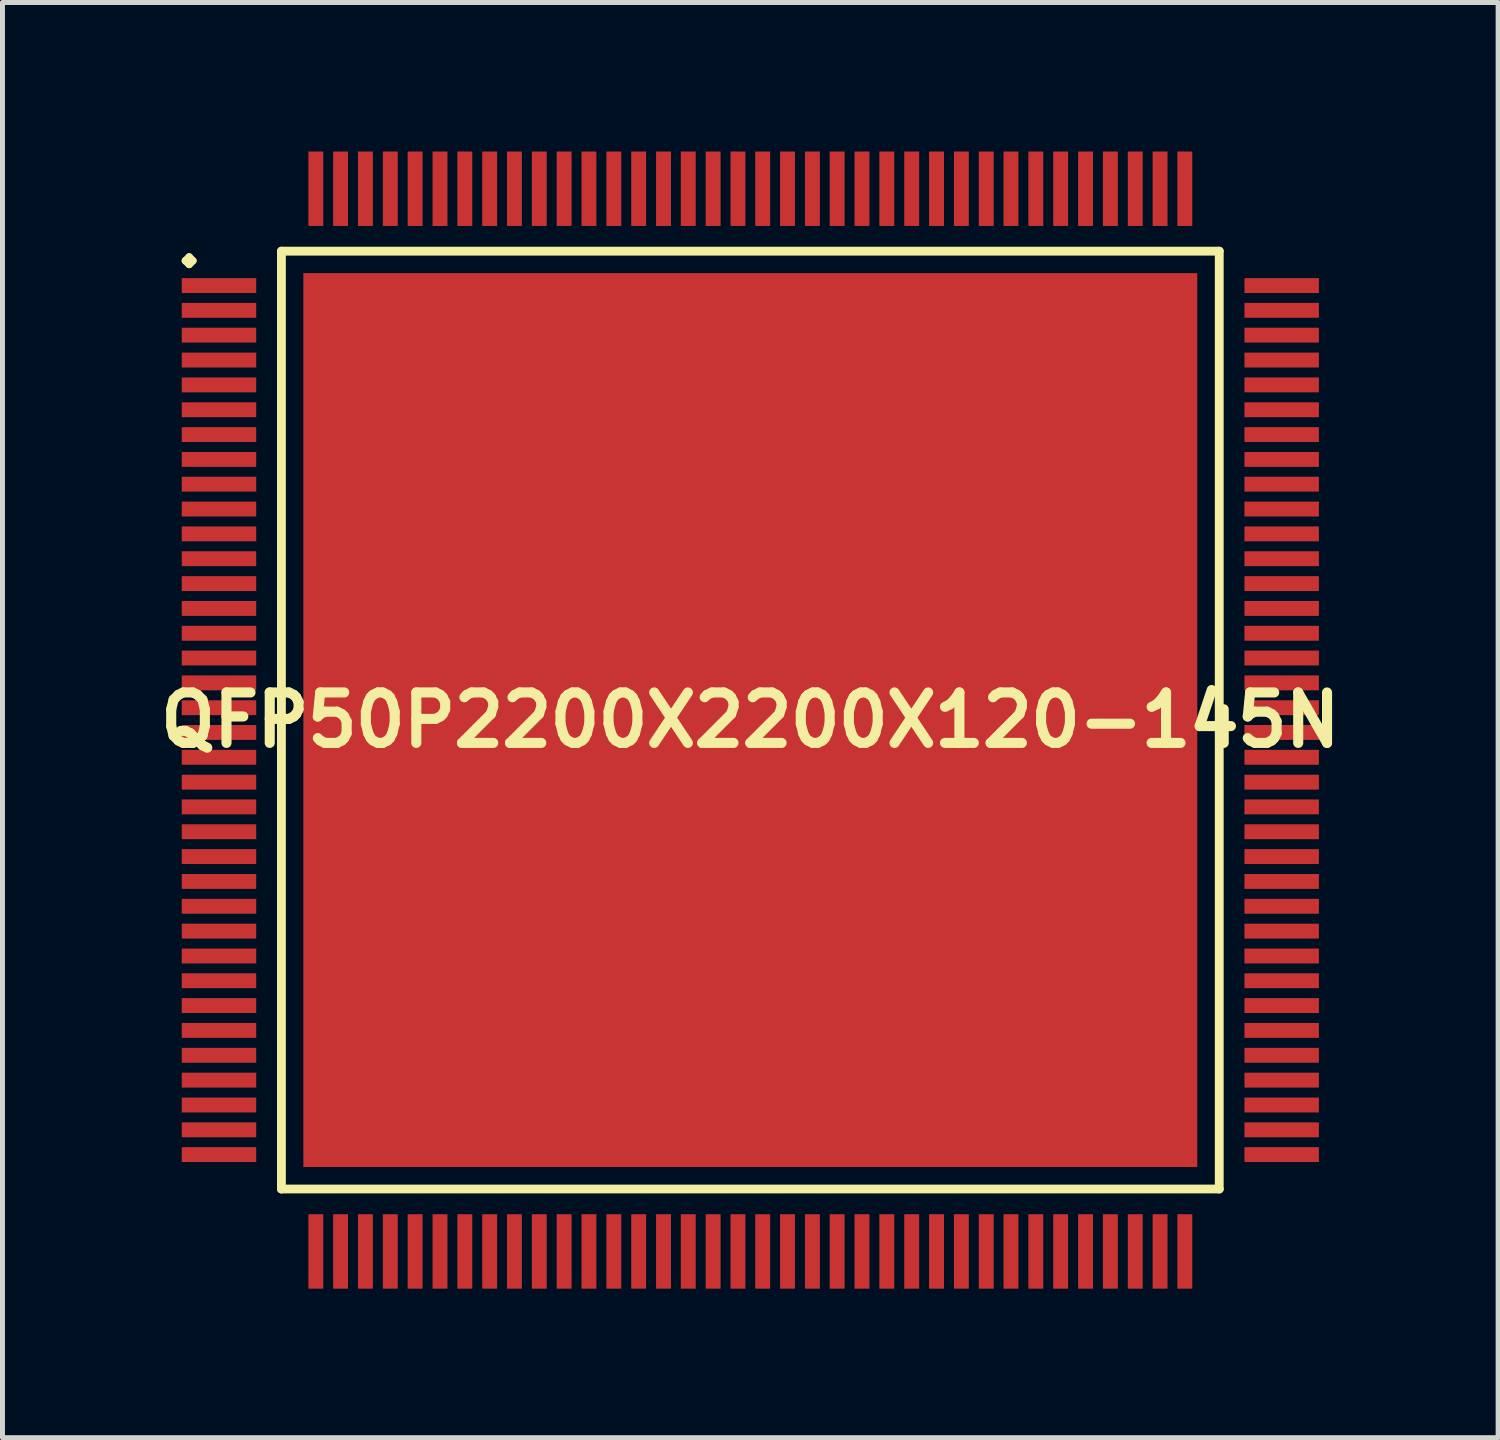
<source format=kicad_pcb>
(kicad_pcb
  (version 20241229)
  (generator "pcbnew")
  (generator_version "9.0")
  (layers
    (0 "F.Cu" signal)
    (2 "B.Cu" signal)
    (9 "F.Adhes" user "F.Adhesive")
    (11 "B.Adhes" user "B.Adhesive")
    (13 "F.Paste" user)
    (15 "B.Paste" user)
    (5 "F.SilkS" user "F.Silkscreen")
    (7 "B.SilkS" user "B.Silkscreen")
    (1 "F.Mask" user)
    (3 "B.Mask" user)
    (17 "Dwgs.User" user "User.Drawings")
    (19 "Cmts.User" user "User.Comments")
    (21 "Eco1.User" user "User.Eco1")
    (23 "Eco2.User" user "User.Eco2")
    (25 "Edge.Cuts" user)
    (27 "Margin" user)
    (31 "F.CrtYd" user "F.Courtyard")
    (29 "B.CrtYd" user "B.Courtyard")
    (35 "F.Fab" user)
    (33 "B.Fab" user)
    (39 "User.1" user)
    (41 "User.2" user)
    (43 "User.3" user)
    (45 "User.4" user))
  (footprint "QFP50P2200X2200X120-145N"
    (layer "F.Cu")
    (at 12.057 11.448)
    (property "Reference" "QFP50P2200X2200X120-145N" (at 0 0 0) (layer "F.SilkS") (effects (font (size 1.016 1.016) (thickness 0.203))))
    (attr smd)
    (fp_line (start -11.374 -9.248) (end -11.298 -9.324) (stroke (width 0.15) (type solid)) (layer "F.SilkS"))
    (fp_line (start -11.298 -9.324) (end -11.224 -9.248) (stroke (width 0.15) (type solid)) (layer "F.SilkS"))
    (fp_line (start -11.298 -9.174) (end -11.374 -9.248) (stroke (width 0.15) (type solid)) (layer "F.SilkS"))
    (fp_line (start -11.224 -9.248) (end -11.298 -9.174) (stroke (width 0.15) (type solid)) (layer "F.SilkS"))
    (fp_line (start -9.441 -9.441) (end -9.441 9.441) (stroke (width 0.178) (type solid)) (layer "F.SilkS"))
    (fp_line (start -9.441 9.441) (end 9.441 9.441) (stroke (width 0.178) (type solid)) (layer "F.SilkS"))
    (fp_line (start 9.441 -9.441) (end -9.441 -9.441) (stroke (width 0.178) (type solid)) (layer "F.SilkS"))
    (fp_line (start 9.441 9.441) (end 9.441 -9.441) (stroke (width 0.178) (type solid)) (layer "F.SilkS"))
    (pad "1" smd rect (at -10.698 -8.748) (size 1.499 0.3) (layers "F.Cu" "F.Mask" "F.Paste"))
    (pad "2" smd rect (at -10.698 -8.25) (size 1.499 0.3) (layers "F.Cu" "F.Mask" "F.Paste"))
    (pad "3" smd rect (at -10.698 -7.75) (size 1.499 0.3) (layers "F.Cu" "F.Mask" "F.Paste"))
    (pad "4" smd rect (at -10.698 -7.249) (size 1.499 0.3) (layers "F.Cu" "F.Mask" "F.Paste"))
    (pad "5" smd rect (at -10.698 -6.749) (size 1.499 0.3) (layers "F.Cu" "F.Mask" "F.Paste"))
    (pad "6" smd rect (at -10.698 -6.248) (size 1.499 0.3) (layers "F.Cu" "F.Mask" "F.Paste"))
    (pad "7" smd rect (at -10.698 -5.748) (size 1.499 0.3) (layers "F.Cu" "F.Mask" "F.Paste"))
    (pad "8" smd rect (at -10.698 -5.248) (size 1.499 0.3) (layers "F.Cu" "F.Mask" "F.Paste"))
    (pad "9" smd rect (at -10.698 -4.75) (size 1.499 0.3) (layers "F.Cu" "F.Mask" "F.Paste"))
    (pad "10" smd rect (at -10.698 -4.249) (size 1.499 0.3) (layers "F.Cu" "F.Mask" "F.Paste"))
    (pad "11" smd rect (at -10.698 -3.749) (size 1.499 0.3) (layers "F.Cu" "F.Mask" "F.Paste"))
    (pad "12" smd rect (at -10.698 -3.249) (size 1.499 0.3) (layers "F.Cu" "F.Mask" "F.Paste"))
    (pad "13" smd rect (at -10.698 -2.748) (size 1.499 0.3) (layers "F.Cu" "F.Mask" "F.Paste"))
    (pad "14" smd rect (at -10.698 -2.248) (size 1.499 0.3) (layers "F.Cu" "F.Mask" "F.Paste"))
    (pad "15" smd rect (at -10.698 -1.748) (size 1.499 0.3) (layers "F.Cu" "F.Mask" "F.Paste"))
    (pad "16" smd rect (at -10.698 -1.25) (size 1.499 0.3) (layers "F.Cu" "F.Mask" "F.Paste"))
    (pad "17" smd rect (at -10.698 -0.749) (size 1.499 0.3) (layers "F.Cu" "F.Mask" "F.Paste"))
    (pad "18" smd rect (at -10.698 -0.249) (size 1.499 0.3) (layers "F.Cu" "F.Mask" "F.Paste"))
    (pad "19" smd rect (at -10.698 0.249) (size 1.499 0.3) (layers "F.Cu" "F.Mask" "F.Paste"))
    (pad "20" smd rect (at -10.698 0.749) (size 1.499 0.3) (layers "F.Cu" "F.Mask" "F.Paste"))
    (pad "21" smd rect (at -10.698 1.25) (size 1.499 0.3) (layers "F.Cu" "F.Mask" "F.Paste"))
    (pad "22" smd rect (at -10.698 1.748) (size 1.499 0.3) (layers "F.Cu" "F.Mask" "F.Paste"))
    (pad "23" smd rect (at -10.698 2.248) (size 1.499 0.3) (layers "F.Cu" "F.Mask" "F.Paste"))
    (pad "24" smd rect (at -10.698 2.748) (size 1.499 0.3) (layers "F.Cu" "F.Mask" "F.Paste"))
    (pad "25" smd rect (at -10.698 3.249) (size 1.499 0.3) (layers "F.Cu" "F.Mask" "F.Paste"))
    (pad "26" smd rect (at -10.698 3.749) (size 1.499 0.3) (layers "F.Cu" "F.Mask" "F.Paste"))
    (pad "27" smd rect (at -10.698 4.249) (size 1.499 0.3) (layers "F.Cu" "F.Mask" "F.Paste"))
    (pad "28" smd rect (at -10.698 4.75) (size 1.499 0.3) (layers "F.Cu" "F.Mask" "F.Paste"))
    (pad "29" smd rect (at -10.698 5.248) (size 1.499 0.3) (layers "F.Cu" "F.Mask" "F.Paste"))
    (pad "30" smd rect (at -10.698 5.748) (size 1.499 0.3) (layers "F.Cu" "F.Mask" "F.Paste"))
    (pad "31" smd rect (at -10.698 6.248) (size 1.499 0.3) (layers "F.Cu" "F.Mask" "F.Paste"))
    (pad "32" smd rect (at -10.698 6.749) (size 1.499 0.3) (layers "F.Cu" "F.Mask" "F.Paste"))
    (pad "33" smd rect (at -10.698 7.249) (size 1.499 0.3) (layers "F.Cu" "F.Mask" "F.Paste"))
    (pad "34" smd rect (at -10.698 7.75) (size 1.499 0.3) (layers "F.Cu" "F.Mask" "F.Paste"))
    (pad "35" smd rect (at -10.698 8.25) (size 1.499 0.3) (layers "F.Cu" "F.Mask" "F.Paste"))
    (pad "36" smd rect (at -10.698 8.748) (size 1.499 0.3) (layers "F.Cu" "F.Mask" "F.Paste"))
    (pad "37" smd rect (at -8.748 10.698) (size 0.3 1.499) (layers "F.Cu" "F.Mask" "F.Paste"))
    (pad "38" smd rect (at -8.25 10.698) (size 0.3 1.499) (layers "F.Cu" "F.Mask" "F.Paste"))
    (pad "39" smd rect (at -7.75 10.698) (size 0.3 1.499) (layers "F.Cu" "F.Mask" "F.Paste"))
    (pad "40" smd rect (at -7.249 10.698) (size 0.3 1.499) (layers "F.Cu" "F.Mask" "F.Paste"))
    (pad "41" smd rect (at -6.749 10.698) (size 0.3 1.499) (layers "F.Cu" "F.Mask" "F.Paste"))
    (pad "42" smd rect (at -6.248 10.698) (size 0.3 1.499) (layers "F.Cu" "F.Mask" "F.Paste"))
    (pad "43" smd rect (at -5.748 10.698) (size 0.3 1.499) (layers "F.Cu" "F.Mask" "F.Paste"))
    (pad "44" smd rect (at -5.248 10.698) (size 0.3 1.499) (layers "F.Cu" "F.Mask" "F.Paste"))
    (pad "45" smd rect (at -4.75 10.698) (size 0.3 1.499) (layers "F.Cu" "F.Mask" "F.Paste"))
    (pad "46" smd rect (at -4.249 10.698) (size 0.3 1.499) (layers "F.Cu" "F.Mask" "F.Paste"))
    (pad "47" smd rect (at -3.749 10.698) (size 0.3 1.499) (layers "F.Cu" "F.Mask" "F.Paste"))
    (pad "48" smd rect (at -3.249 10.698) (size 0.3 1.499) (layers "F.Cu" "F.Mask" "F.Paste"))
    (pad "49" smd rect (at -2.748 10.698) (size 0.3 1.499) (layers "F.Cu" "F.Mask" "F.Paste"))
    (pad "50" smd rect (at -2.248 10.698) (size 0.3 1.499) (layers "F.Cu" "F.Mask" "F.Paste"))
    (pad "51" smd rect (at -1.748 10.698) (size 0.3 1.499) (layers "F.Cu" "F.Mask" "F.Paste"))
    (pad "52" smd rect (at -1.25 10.698) (size 0.3 1.499) (layers "F.Cu" "F.Mask" "F.Paste"))
    (pad "53" smd rect (at -0.749 10.698) (size 0.3 1.499) (layers "F.Cu" "F.Mask" "F.Paste"))
    (pad "54" smd rect (at -0.249 10.698) (size 0.3 1.499) (layers "F.Cu" "F.Mask" "F.Paste"))
    (pad "55" smd rect (at 0.249 10.698) (size 0.3 1.499) (layers "F.Cu" "F.Mask" "F.Paste"))
    (pad "56" smd rect (at 0.749 10.698) (size 0.3 1.499) (layers "F.Cu" "F.Mask" "F.Paste"))
    (pad "57" smd rect (at 1.25 10.698) (size 0.3 1.499) (layers "F.Cu" "F.Mask" "F.Paste"))
    (pad "58" smd rect (at 1.748 10.698) (size 0.3 1.499) (layers "F.Cu" "F.Mask" "F.Paste"))
    (pad "59" smd rect (at 2.248 10.698) (size 0.3 1.499) (layers "F.Cu" "F.Mask" "F.Paste"))
    (pad "60" smd rect (at 2.748 10.698) (size 0.3 1.499) (layers "F.Cu" "F.Mask" "F.Paste"))
    (pad "61" smd rect (at 3.249 10.698) (size 0.3 1.499) (layers "F.Cu" "F.Mask" "F.Paste"))
    (pad "62" smd rect (at 3.749 10.698) (size 0.3 1.499) (layers "F.Cu" "F.Mask" "F.Paste"))
    (pad "63" smd rect (at 4.249 10.698) (size 0.3 1.499) (layers "F.Cu" "F.Mask" "F.Paste"))
    (pad "64" smd rect (at 4.75 10.698) (size 0.3 1.499) (layers "F.Cu" "F.Mask" "F.Paste"))
    (pad "65" smd rect (at 5.248 10.698) (size 0.3 1.499) (layers "F.Cu" "F.Mask" "F.Paste"))
    (pad "66" smd rect (at 5.748 10.698) (size 0.3 1.499) (layers "F.Cu" "F.Mask" "F.Paste"))
    (pad "67" smd rect (at 6.248 10.698) (size 0.3 1.499) (layers "F.Cu" "F.Mask" "F.Paste"))
    (pad "68" smd rect (at 6.749 10.698) (size 0.3 1.499) (layers "F.Cu" "F.Mask" "F.Paste"))
    (pad "69" smd rect (at 7.249 10.698) (size 0.3 1.499) (layers "F.Cu" "F.Mask" "F.Paste"))
    (pad "70" smd rect (at 7.75 10.698) (size 0.3 1.499) (layers "F.Cu" "F.Mask" "F.Paste"))
    (pad "71" smd rect (at 8.25 10.698) (size 0.3 1.499) (layers "F.Cu" "F.Mask" "F.Paste"))
    (pad "72" smd rect (at 8.748 10.698) (size 0.3 1.499) (layers "F.Cu" "F.Mask" "F.Paste"))
    (pad "73" smd rect (at 10.698 8.748) (size 1.499 0.3) (layers "F.Cu" "F.Mask" "F.Paste"))
    (pad "74" smd rect (at 10.698 8.25) (size 1.499 0.3) (layers "F.Cu" "F.Mask" "F.Paste"))
    (pad "75" smd rect (at 10.698 7.75) (size 1.499 0.3) (layers "F.Cu" "F.Mask" "F.Paste"))
    (pad "76" smd rect (at 10.698 7.249) (size 1.499 0.3) (layers "F.Cu" "F.Mask" "F.Paste"))
    (pad "77" smd rect (at 10.698 6.749) (size 1.499 0.3) (layers "F.Cu" "F.Mask" "F.Paste"))
    (pad "78" smd rect (at 10.698 6.248) (size 1.499 0.3) (layers "F.Cu" "F.Mask" "F.Paste"))
    (pad "79" smd rect (at 10.698 5.748) (size 1.499 0.3) (layers "F.Cu" "F.Mask" "F.Paste"))
    (pad "80" smd rect (at 10.698 5.248) (size 1.499 0.3) (layers "F.Cu" "F.Mask" "F.Paste"))
    (pad "81" smd rect (at 10.698 4.75) (size 1.499 0.3) (layers "F.Cu" "F.Mask" "F.Paste"))
    (pad "82" smd rect (at 10.698 4.249) (size 1.499 0.3) (layers "F.Cu" "F.Mask" "F.Paste"))
    (pad "83" smd rect (at 10.698 3.749) (size 1.499 0.3) (layers "F.Cu" "F.Mask" "F.Paste"))
    (pad "84" smd rect (at 10.698 3.249) (size 1.499 0.3) (layers "F.Cu" "F.Mask" "F.Paste"))
    (pad "85" smd rect (at 10.698 2.748) (size 1.499 0.3) (layers "F.Cu" "F.Mask" "F.Paste"))
    (pad "86" smd rect (at 10.698 2.248) (size 1.499 0.3) (layers "F.Cu" "F.Mask" "F.Paste"))
    (pad "87" smd rect (at 10.698 1.748) (size 1.499 0.3) (layers "F.Cu" "F.Mask" "F.Paste"))
    (pad "88" smd rect (at 10.698 1.25) (size 1.499 0.3) (layers "F.Cu" "F.Mask" "F.Paste"))
    (pad "89" smd rect (at 10.698 0.749) (size 1.499 0.3) (layers "F.Cu" "F.Mask" "F.Paste"))
    (pad "90" smd rect (at 10.698 0.249) (size 1.499 0.3) (layers "F.Cu" "F.Mask" "F.Paste"))
    (pad "91" smd rect (at 10.698 -0.249) (size 1.499 0.3) (layers "F.Cu" "F.Mask" "F.Paste"))
    (pad "92" smd rect (at 10.698 -0.749) (size 1.499 0.3) (layers "F.Cu" "F.Mask" "F.Paste"))
    (pad "93" smd rect (at 10.698 -1.25) (size 1.499 0.3) (layers "F.Cu" "F.Mask" "F.Paste"))
    (pad "94" smd rect (at 10.698 -1.748) (size 1.499 0.3) (layers "F.Cu" "F.Mask" "F.Paste"))
    (pad "95" smd rect (at 10.698 -2.248) (size 1.499 0.3) (layers "F.Cu" "F.Mask" "F.Paste"))
    (pad "96" smd rect (at 10.698 -2.748) (size 1.499 0.3) (layers "F.Cu" "F.Mask" "F.Paste"))
    (pad "97" smd rect (at 10.698 -3.249) (size 1.499 0.3) (layers "F.Cu" "F.Mask" "F.Paste"))
    (pad "98" smd rect (at 10.698 -3.749) (size 1.499 0.3) (layers "F.Cu" "F.Mask" "F.Paste"))
    (pad "99" smd rect (at 10.698 -4.249) (size 1.499 0.3) (layers "F.Cu" "F.Mask" "F.Paste"))
    (pad "100" smd rect (at 10.698 -4.75) (size 1.499 0.3) (layers "F.Cu" "F.Mask" "F.Paste"))
    (pad "101" smd rect (at 10.698 -5.248) (size 1.499 0.3) (layers "F.Cu" "F.Mask" "F.Paste"))
    (pad "102" smd rect (at 10.698 -5.748) (size 1.499 0.3) (layers "F.Cu" "F.Mask" "F.Paste"))
    (pad "103" smd rect (at 10.698 -6.248) (size 1.499 0.3) (layers "F.Cu" "F.Mask" "F.Paste"))
    (pad "104" smd rect (at 10.698 -6.749) (size 1.499 0.3) (layers "F.Cu" "F.Mask" "F.Paste"))
    (pad "105" smd rect (at 10.698 -7.249) (size 1.499 0.3) (layers "F.Cu" "F.Mask" "F.Paste"))
    (pad "106" smd rect (at 10.698 -7.75) (size 1.499 0.3) (layers "F.Cu" "F.Mask" "F.Paste"))
    (pad "107" smd rect (at 10.698 -8.25) (size 1.499 0.3) (layers "F.Cu" "F.Mask" "F.Paste"))
    (pad "108" smd rect (at 10.698 -8.748) (size 1.499 0.3) (layers "F.Cu" "F.Mask" "F.Paste"))
    (pad "109" smd rect (at 8.748 -10.698) (size 0.3 1.499) (layers "F.Cu" "F.Mask" "F.Paste"))
    (pad "110" smd rect (at 8.25 -10.698) (size 0.3 1.499) (layers "F.Cu" "F.Mask" "F.Paste"))
    (pad "111" smd rect (at 7.75 -10.698) (size 0.3 1.499) (layers "F.Cu" "F.Mask" "F.Paste"))
    (pad "112" smd rect (at 7.249 -10.698) (size 0.3 1.499) (layers "F.Cu" "F.Mask" "F.Paste"))
    (pad "113" smd rect (at 6.749 -10.698) (size 0.3 1.499) (layers "F.Cu" "F.Mask" "F.Paste"))
    (pad "114" smd rect (at 6.248 -10.698) (size 0.3 1.499) (layers "F.Cu" "F.Mask" "F.Paste"))
    (pad "115" smd rect (at 5.748 -10.698) (size 0.3 1.499) (layers "F.Cu" "F.Mask" "F.Paste"))
    (pad "116" smd rect (at 5.248 -10.698) (size 0.3 1.499) (layers "F.Cu" "F.Mask" "F.Paste"))
    (pad "117" smd rect (at 4.75 -10.698) (size 0.3 1.499) (layers "F.Cu" "F.Mask" "F.Paste"))
    (pad "118" smd rect (at 4.249 -10.698) (size 0.3 1.499) (layers "F.Cu" "F.Mask" "F.Paste"))
    (pad "119" smd rect (at 3.749 -10.698) (size 0.3 1.499) (layers "F.Cu" "F.Mask" "F.Paste"))
    (pad "120" smd rect (at 3.249 -10.698) (size 0.3 1.499) (layers "F.Cu" "F.Mask" "F.Paste"))
    (pad "121" smd rect (at 2.748 -10.698) (size 0.3 1.499) (layers "F.Cu" "F.Mask" "F.Paste"))
    (pad "122" smd rect (at 2.248 -10.698) (size 0.3 1.499) (layers "F.Cu" "F.Mask" "F.Paste"))
    (pad "123" smd rect (at 1.748 -10.698) (size 0.3 1.499) (layers "F.Cu" "F.Mask" "F.Paste"))
    (pad "124" smd rect (at 1.25 -10.698) (size 0.3 1.499) (layers "F.Cu" "F.Mask" "F.Paste"))
    (pad "125" smd rect (at 0.749 -10.698) (size 0.3 1.499) (layers "F.Cu" "F.Mask" "F.Paste"))
    (pad "126" smd rect (at 0.249 -10.698) (size 0.3 1.499) (layers "F.Cu" "F.Mask" "F.Paste"))
    (pad "127" smd rect (at -0.249 -10.698) (size 0.3 1.499) (layers "F.Cu" "F.Mask" "F.Paste"))
    (pad "128" smd rect (at -0.749 -10.698) (size 0.3 1.499) (layers "F.Cu" "F.Mask" "F.Paste"))
    (pad "129" smd rect (at -1.25 -10.698) (size 0.3 1.499) (layers "F.Cu" "F.Mask" "F.Paste"))
    (pad "130" smd rect (at -1.748 -10.698) (size 0.3 1.499) (layers "F.Cu" "F.Mask" "F.Paste"))
    (pad "131" smd rect (at -2.248 -10.698) (size 0.3 1.499) (layers "F.Cu" "F.Mask" "F.Paste"))
    (pad "132" smd rect (at -2.748 -10.698) (size 0.3 1.499) (layers "F.Cu" "F.Mask" "F.Paste"))
    (pad "133" smd rect (at -3.249 -10.698) (size 0.3 1.499) (layers "F.Cu" "F.Mask" "F.Paste"))
    (pad "134" smd rect (at -3.749 -10.698) (size 0.3 1.499) (layers "F.Cu" "F.Mask" "F.Paste"))
    (pad "135" smd rect (at -4.249 -10.698) (size 0.3 1.499) (layers "F.Cu" "F.Mask" "F.Paste"))
    (pad "136" smd rect (at -4.75 -10.698) (size 0.3 1.499) (layers "F.Cu" "F.Mask" "F.Paste"))
    (pad "137" smd rect (at -5.248 -10.698) (size 0.3 1.499) (layers "F.Cu" "F.Mask" "F.Paste"))
    (pad "138" smd rect (at -5.748 -10.698) (size 0.3 1.499) (layers "F.Cu" "F.Mask" "F.Paste"))
    (pad "139" smd rect (at -6.248 -10.698) (size 0.3 1.499) (layers "F.Cu" "F.Mask" "F.Paste"))
    (pad "140" smd rect (at -6.749 -10.698) (size 0.3 1.499) (layers "F.Cu" "F.Mask" "F.Paste"))
    (pad "141" smd rect (at -7.249 -10.698) (size 0.3 1.499) (layers "F.Cu" "F.Mask" "F.Paste"))
    (pad "142" smd rect (at -7.75 -10.698) (size 0.3 1.499) (layers "F.Cu" "F.Mask" "F.Paste"))
    (pad "143" smd rect (at -8.25 -10.698) (size 0.3 1.499) (layers "F.Cu" "F.Mask" "F.Paste"))
    (pad "144" smd rect (at -8.748 -10.698) (size 0.3 1.499) (layers "F.Cu" "F.Mask" "F.Paste"))
    (pad "145" smd rect (at 0 0) (size 17.998 17.998) (layers "F.Cu" "F.Mask" "F.Paste")))
  (gr_rect
    (start -3 -3)
    (end 27.113 25.896)
    (stroke (width 0.1) (type default))
    (fill no)
    (layer "Edge.Cuts")))
</source>
